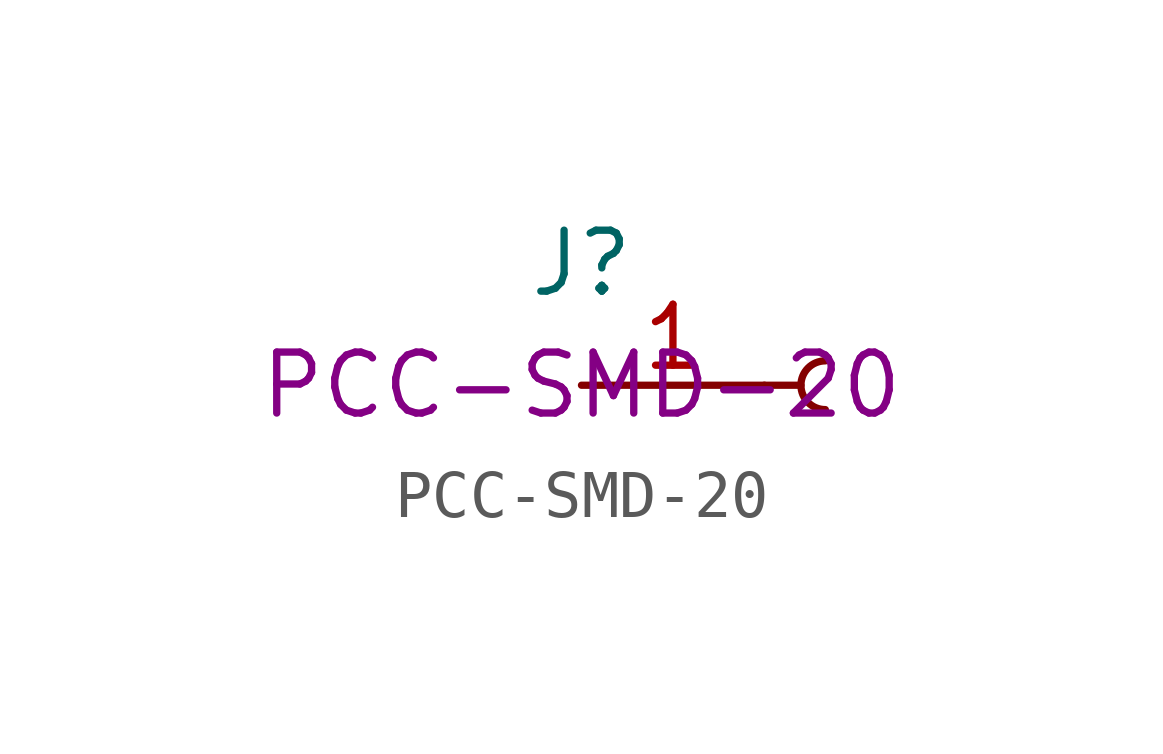
<source format=kicad_sym>
(kicad_symbol_lib
  (version 20211014)
  (generator kicad_symbol_editor)
  (symbol "PCC-SMD-20"
    (pin_names
      (offset 1.016) hide)
    (property "Reference" "J"
      (at 0 2.54 0)
      (effects (font (size 1.27 1.27))))
    (property "Manufacturer Part Number" "PCC-SMD-20"
      (at 0 0 0)
      (effects (font (size 1.27 1.27))))
    (symbol "PCC-SMD-20_1_1"
      (polyline (pts (xy 3.81 0) (xy 4.572 0)) (stroke (width 0.152) (type default) (color 0 0 0 0)) (fill (type none)))
      (arc (start 5.08 0.508) (mid 4.572 0) (end 5.08 -0.508) (stroke (width 0.1524) (type default) (color 0 0 0 0)) (fill (type none)))
      (pin passive line (at 0 0 0) (length 3.81) (name "Pin_1" (effects (font (size 1.27 1.27)))) (number "1" (effects (font (size 1.27 1.27))))))))
</source>
